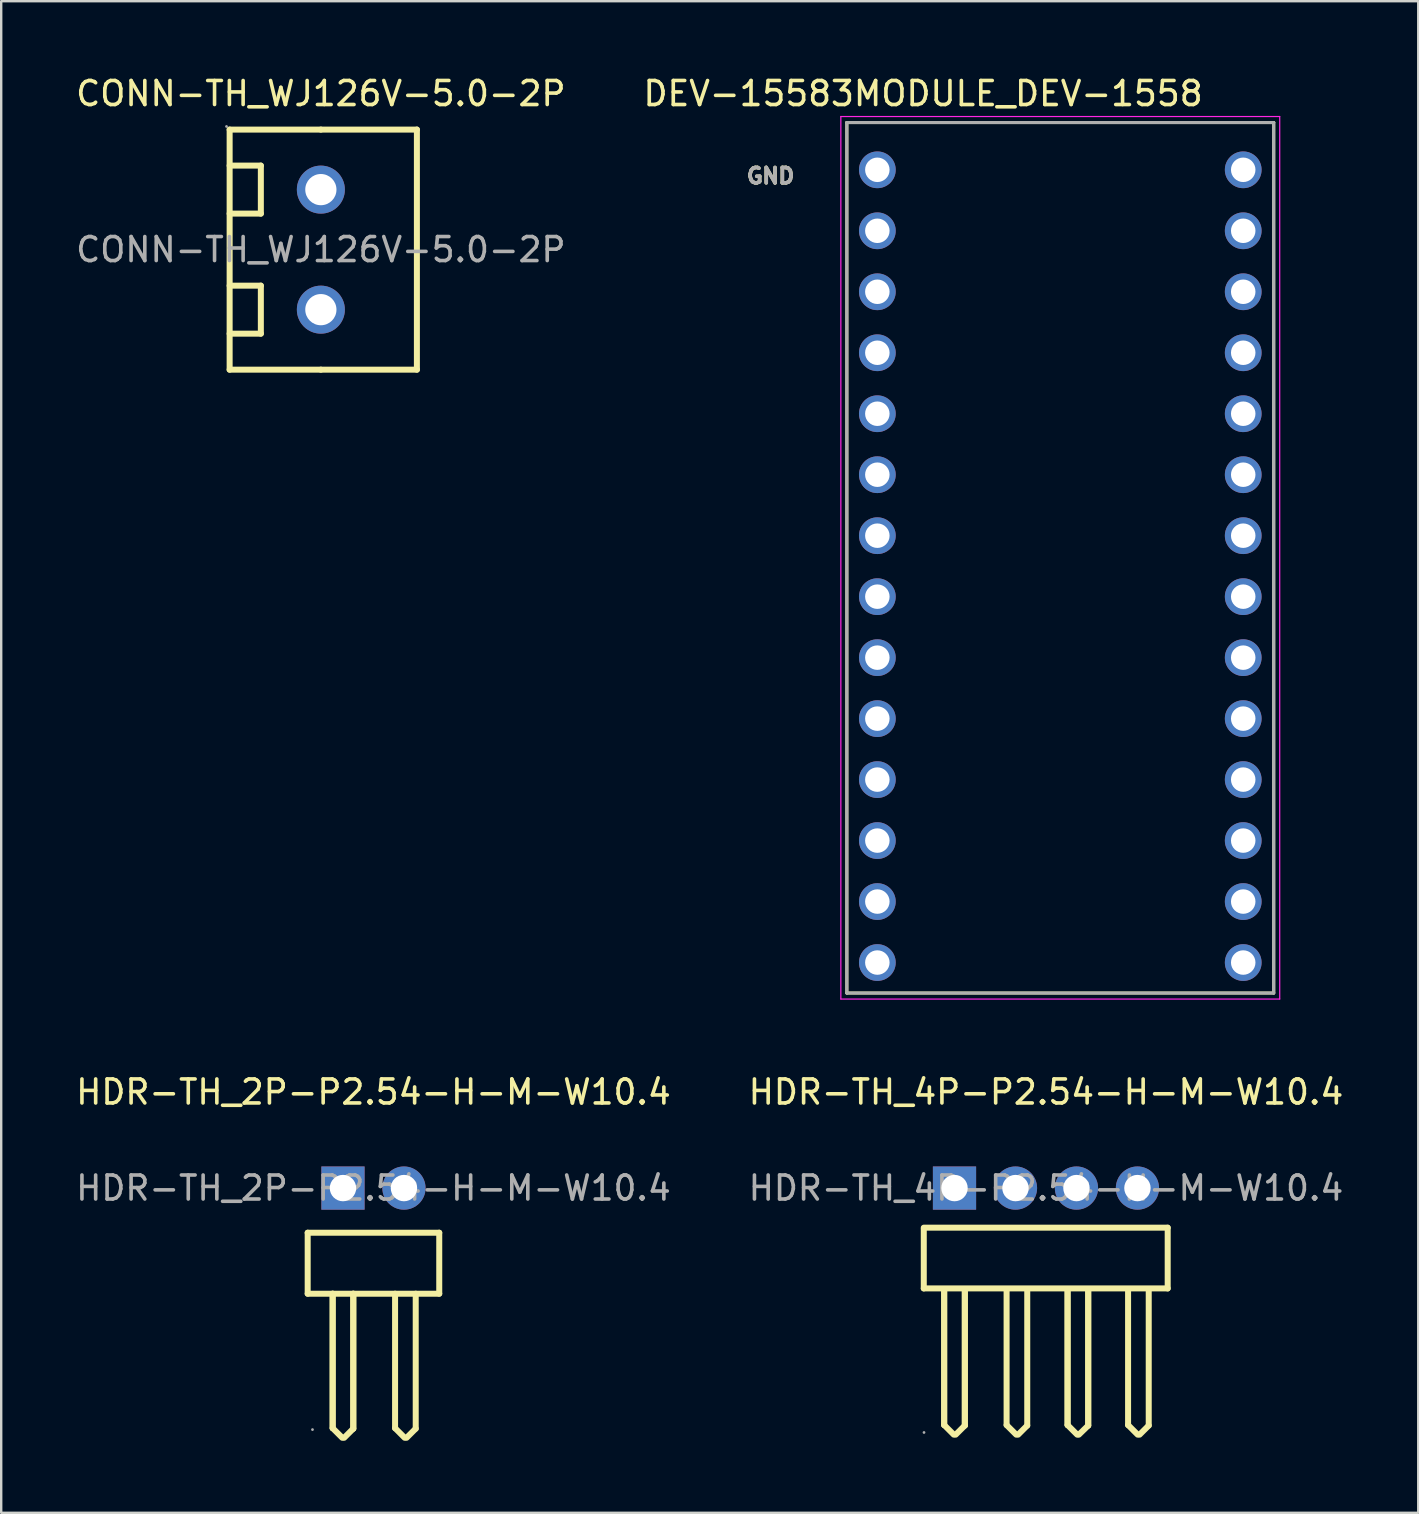
<source format=kicad_pcb>
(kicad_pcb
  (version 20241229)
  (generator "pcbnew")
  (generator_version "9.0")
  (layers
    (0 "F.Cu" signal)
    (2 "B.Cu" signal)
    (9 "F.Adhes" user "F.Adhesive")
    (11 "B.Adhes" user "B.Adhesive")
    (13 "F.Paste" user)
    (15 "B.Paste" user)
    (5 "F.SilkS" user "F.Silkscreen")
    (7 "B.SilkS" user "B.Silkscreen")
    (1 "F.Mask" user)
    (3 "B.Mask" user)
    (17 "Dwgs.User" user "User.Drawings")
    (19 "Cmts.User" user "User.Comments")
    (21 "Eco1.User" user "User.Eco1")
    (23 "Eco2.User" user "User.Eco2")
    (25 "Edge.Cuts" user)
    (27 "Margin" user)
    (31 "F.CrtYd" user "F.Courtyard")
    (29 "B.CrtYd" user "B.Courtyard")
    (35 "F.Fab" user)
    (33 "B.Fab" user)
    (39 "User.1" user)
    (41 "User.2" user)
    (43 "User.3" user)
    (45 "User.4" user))
  (footprint "HDR-TH_2P-P2.54-H-M-W10.4"
    (layer "F.Cu")
    (at 12.506 46.437)
    (property "Reference" "HDR-TH_2P-P2.54-H-M-W10.4" (at 0 -4 0) (layer "F.SilkS") (effects (font (size 1 1) (thickness 0.15))))
    (attr through_hole)
    (fp_line (start -2.74 1.86) (end 2.74 1.86) (stroke (width 0.25) (type solid)) (layer "F.SilkS"))
    (fp_line (start -2.74 4.4) (end -2.74 1.86) (stroke (width 0.25) (type solid)) (layer "F.SilkS"))
    (fp_line (start -2.74 4.4) (end 2.74 4.4) (stroke (width 0.25) (type solid)) (layer "F.SilkS"))
    (fp_line (start -1.7 4.4) (end -1.7 10) (stroke (width 0.25) (type solid)) (layer "F.SilkS"))
    (fp_line (start -1.7 4.4) (end -1.7 10) (stroke (width 0.25) (type solid)) (layer "F.SilkS"))
    (fp_line (start -1.7 10) (end -1.3 10.4) (stroke (width 0.25) (type solid)) (layer "F.SilkS"))
    (fp_line (start -0.84 4.4) (end -0.84 10.02) (stroke (width 0.25) (type solid)) (layer "F.SilkS"))
    (fp_line (start -0.84 4.4) (end -0.84 10.02) (stroke (width 0.25) (type solid)) (layer "F.SilkS"))
    (fp_line (start -0.84 10.02) (end -1.22 10.4) (stroke (width 0.25) (type solid)) (layer "F.SilkS"))
    (fp_line (start 0.9 4.4) (end 0.9 10) (stroke (width 0.25) (type solid)) (layer "F.SilkS"))
    (fp_line (start 0.9 10) (end 1.3 10.4) (stroke (width 0.25) (type solid)) (layer "F.SilkS"))
    (fp_line (start 1.76 4.4) (end 1.76 10.02) (stroke (width 0.25) (type solid)) (layer "F.SilkS"))
    (fp_line (start 1.76 10.02) (end 1.38 10.4) (stroke (width 0.25) (type solid)) (layer "F.SilkS"))
    (fp_line (start 2.74 1.86) (end 2.74 4.4) (stroke (width 0.25) (type solid)) (layer "F.SilkS"))
    (fp_circle (center -2.54 10.06) (end -2.51 10.06) (stroke (width 0.06) (type solid)) (fill no) (layer "F.Fab"))
    (fp_text user "${REFERENCE}" (at 0 0 0) (layer "F.Fab") (effects (font (size 1 1) (thickness 0.15))))
    (pad "1" thru_hole rect (at -1.27 0) (size 1.8 1.8) (drill 1.1) (layers "*.Cu" "*.Mask"))
    (pad "2" thru_hole circle (at 1.27 0) (size 1.8 1.8) (drill 1.1) (layers "*.Cu" "*.Mask")))
  (footprint "DEV-15583MODULE_DEV-1558"
    (layer "F.Cu")
    (at 41.114 20.533)
    (property "Reference" "DEV-15583MODULE_DEV-1558" (at -5.715 -19.685 0) (layer "F.SilkS") (effects (font (size 1 1) (thickness 0.15))))
    (attr through_hole)
    (fp_line (start -8.89 -18.48) (end 8.89 -18.48) (stroke (width 0.127) (type solid)) (layer "F.SilkS"))
    (fp_line (start -8.89 17.78) (end -8.89 -18.48) (stroke (width 0.127) (type solid)) (layer "F.SilkS"))
    (fp_line (start 8.89 -18.48) (end 8.89 17.78) (stroke (width 0.127) (type solid)) (layer "F.SilkS"))
    (fp_line (start 8.89 17.78) (end -8.89 17.78) (stroke (width 0.127) (type solid)) (layer "F.SilkS"))
    (fp_line (start -9.14 -18.73) (end 9.14 -18.73) (stroke (width 0.05) (type solid)) (layer "F.CrtYd"))
    (fp_line (start -9.14 18.03) (end -9.14 -18.73) (stroke (width 0.05) (type solid)) (layer "F.CrtYd"))
    (fp_line (start 9.14 -18.73) (end 9.14 18.03) (stroke (width 0.05) (type solid)) (layer "F.CrtYd"))
    (fp_line (start 9.14 18.03) (end -9.14 18.03) (stroke (width 0.05) (type solid)) (layer "F.CrtYd"))
    (fp_line (start -8.89 -18.48) (end 8.89 -18.48) (stroke (width 0.127) (type solid)) (layer "F.Fab"))
    (fp_line (start -8.89 17.78) (end -8.89 -18.48) (stroke (width 0.127) (type solid)) (layer "F.Fab"))
    (fp_line (start 8.89 -18.48) (end 8.89 17.78) (stroke (width 0.127) (type solid)) (layer "F.Fab"))
    (fp_line (start 8.89 17.78) (end -8.89 17.78) (stroke (width 0.127) (type solid)) (layer "F.Fab"))
    (fp_text user "GND" (at -12.065 -16.256 0) (layer "F.SilkS") (effects (font (size 0.64 0.64) (thickness 0.15))))
    (fp_text user "GND" (at -12.065 -16.256 0) (layer "F.Fab") (effects (font (size 0.64 0.64) (thickness 0.15))))
    (pad "0" thru_hole circle (at -7.62 -13.97) (size 1.53 1.53) (drill 1.02) (layers "*.Cu" "*.Mask"))
    (pad "1" thru_hole circle (at -7.62 -11.43) (size 1.53 1.53) (drill 1.02) (layers "*.Cu" "*.Mask"))
    (pad "2" thru_hole circle (at -7.62 -8.89) (size 1.53 1.53) (drill 1.02) (layers "*.Cu" "*.Mask"))
    (pad "3" thru_hole circle (at -7.62 -6.35) (size 1.53 1.53) (drill 1.02) (layers "*.Cu" "*.Mask"))
    (pad "3.3V_2" thru_hole circle (at 7.62 -11.43) (size 1.53 1.53) (drill 1.02) (layers "*.Cu" "*.Mask"))
    (pad "4" thru_hole circle (at -7.62 -3.81) (size 1.53 1.53) (drill 1.02) (layers "*.Cu" "*.Mask"))
    (pad "5" thru_hole circle (at -7.62 -1.27) (size 1.53 1.53) (drill 1.02) (layers "*.Cu" "*.Mask"))
    (pad "6" thru_hole circle (at -7.62 1.27) (size 1.53 1.53) (drill 1.02) (layers "*.Cu" "*.Mask"))
    (pad "7" thru_hole circle (at -7.62 3.81) (size 1.53 1.53) (drill 1.02) (layers "*.Cu" "*.Mask"))
    (pad "8" thru_hole circle (at -7.62 6.35) (size 1.53 1.53) (drill 1.02) (layers "*.Cu" "*.Mask"))
    (pad "9" thru_hole circle (at -7.62 8.89) (size 1.53 1.53) (drill 1.02) (layers "*.Cu" "*.Mask"))
    (pad "10" thru_hole circle (at -7.62 11.43) (size 1.53 1.53) (drill 1.02) (layers "*.Cu" "*.Mask"))
    (pad "11" thru_hole circle (at -7.62 13.97) (size 1.53 1.53) (drill 1.02) (layers "*.Cu" "*.Mask"))
    (pad "12" thru_hole circle (at -7.62 16.51) (size 1.53 1.53) (drill 1.02) (layers "*.Cu" "*.Mask"))
    (pad "13" thru_hole circle (at 7.62 16.51) (size 1.53 1.53) (drill 1.02) (layers "*.Cu" "*.Mask"))
    (pad "14" thru_hole circle (at 7.62 13.97) (size 1.53 1.53) (drill 1.02) (layers "*.Cu" "*.Mask"))
    (pad "15" thru_hole circle (at 7.62 11.43) (size 1.53 1.53) (drill 1.02) (layers "*.Cu" "*.Mask"))
    (pad "16" thru_hole circle (at 7.62 8.89) (size 1.53 1.53) (drill 1.02) (layers "*.Cu" "*.Mask"))
    (pad "17" thru_hole circle (at 7.62 6.35) (size 1.53 1.53) (drill 1.02) (layers "*.Cu" "*.Mask"))
    (pad "18" thru_hole circle (at 7.62 3.81) (size 1.53 1.53) (drill 1.02) (layers "*.Cu" "*.Mask"))
    (pad "19" thru_hole circle (at 7.62 1.27) (size 1.53 1.53) (drill 1.02) (layers "*.Cu" "*.Mask"))
    (pad "20" thru_hole circle (at 7.62 -1.27) (size 1.53 1.53) (drill 1.02) (layers "*.Cu" "*.Mask"))
    (pad "21" thru_hole circle (at 7.62 -3.81) (size 1.53 1.53) (drill 1.02) (layers "*.Cu" "*.Mask"))
    (pad "22" thru_hole circle (at 7.62 -6.35) (size 1.53 1.53) (drill 1.02) (layers "*.Cu" "*.Mask"))
    (pad "23" thru_hole circle (at 7.62 -8.89) (size 1.53 1.53) (drill 1.02) (layers "*.Cu" "*.Mask"))
    (pad "G1" thru_hole circle (at -7.62 -16.51) (size 1.53 1.53) (drill 1.02) (layers "*.Cu" "*.Mask"))
    (pad "G3" thru_hole circle (at 7.62 -13.97) (size 1.53 1.53) (drill 1.02) (layers "*.Cu" "*.Mask"))
    (pad "VIN" thru_hole circle (at 7.62 -16.51) (size 1.53 1.53) (drill 1.02) (layers "*.Cu" "*.Mask")))
  (footprint "HDR-TH_4P-P2.54-H-M-W10.4"
    (layer "F.Cu")
    (at 40.518 46.437)
    (property "Reference" "HDR-TH_4P-P2.54-H-M-W10.4" (at 0 -4 0) (layer "F.SilkS") (effects (font (size 1 1) (thickness 0.15))))
    (attr through_hole)
    (fp_line (start -5.09 4.18) (end -5.09 1.7) (stroke (width 0.25) (type solid)) (layer "F.SilkS"))
    (fp_line (start -4.24 4.27) (end -4.24 9.87) (stroke (width 0.25) (type solid)) (layer "F.SilkS"))
    (fp_line (start -4.24 4.27) (end -4.24 9.87) (stroke (width 0.25) (type solid)) (layer "F.SilkS"))
    (fp_line (start -4.24 9.87) (end -3.84 10.27) (stroke (width 0.25) (type solid)) (layer "F.SilkS"))
    (fp_line (start -3.38 4.27) (end -3.38 9.89) (stroke (width 0.25) (type solid)) (layer "F.SilkS"))
    (fp_line (start -3.38 4.27) (end -3.38 9.89) (stroke (width 0.25) (type solid)) (layer "F.SilkS"))
    (fp_line (start -3.38 9.89) (end -3.76 10.27) (stroke (width 0.25) (type solid)) (layer "F.SilkS"))
    (fp_line (start -1.64 4.27) (end -1.64 9.87) (stroke (width 0.25) (type solid)) (layer "F.SilkS"))
    (fp_line (start -1.64 9.87) (end -1.24 10.27) (stroke (width 0.25) (type solid)) (layer "F.SilkS"))
    (fp_line (start -0.78 4.27) (end -0.78 9.89) (stroke (width 0.25) (type solid)) (layer "F.SilkS"))
    (fp_line (start -0.78 9.89) (end -1.16 10.27) (stroke (width 0.25) (type solid)) (layer "F.SilkS"))
    (fp_line (start 0.9 4.27) (end 0.9 9.87) (stroke (width 0.25) (type solid)) (layer "F.SilkS"))
    (fp_line (start 0.9 4.27) (end 0.9 9.87) (stroke (width 0.25) (type solid)) (layer "F.SilkS"))
    (fp_line (start 0.9 9.87) (end 1.3 10.27) (stroke (width 0.25) (type solid)) (layer "F.SilkS"))
    (fp_line (start 1.76 4.27) (end 1.76 9.89) (stroke (width 0.25) (type solid)) (layer "F.SilkS"))
    (fp_line (start 1.76 4.27) (end 1.76 9.89) (stroke (width 0.25) (type solid)) (layer "F.SilkS"))
    (fp_line (start 1.76 9.89) (end 1.37 10.27) (stroke (width 0.25) (type solid)) (layer "F.SilkS"))
    (fp_line (start 3.42 4.27) (end 3.42 9.87) (stroke (width 0.25) (type solid)) (layer "F.SilkS"))
    (fp_line (start 3.42 9.87) (end 3.82 10.27) (stroke (width 0.25) (type solid)) (layer "F.SilkS"))
    (fp_line (start 4.28 4.27) (end 4.28 9.89) (stroke (width 0.25) (type solid)) (layer "F.SilkS"))
    (fp_line (start 4.28 9.89) (end 3.9 10.27) (stroke (width 0.25) (type solid)) (layer "F.SilkS"))
    (fp_line (start 5.07 1.65) (end -5.09 1.65) (stroke (width 0.25) (type solid)) (layer "F.SilkS"))
    (fp_line (start 5.07 1.65) (end 5.07 4.18) (stroke (width 0.25) (type solid)) (layer "F.SilkS"))
    (fp_line (start 5.07 4.18) (end -5.09 4.18) (stroke (width 0.25) (type solid)) (layer "F.SilkS"))
    (fp_circle (center -5.08 10.18) (end -5.05 10.18) (stroke (width 0.06) (type solid)) (fill no) (layer "F.Fab"))
    (fp_text user "${REFERENCE}" (at 0 0 0) (layer "F.Fab") (effects (font (size 1 1) (thickness 0.15))))
    (pad "1" thru_hole rect (at -3.81 0) (size 1.8 1.8) (drill 1.1) (layers "*.Cu" "*.Mask"))
    (pad "2" thru_hole circle (at -1.27 0) (size 1.8 1.8) (drill 1.1) (layers "*.Cu" "*.Mask"))
    (pad "3" thru_hole circle (at 1.27 0) (size 1.8 1.8) (drill 1.1) (layers "*.Cu" "*.Mask"))
    (pad "4" thru_hole circle (at 3.81 0) (size 1.8 1.8) (drill 1.1) (layers "*.Cu" "*.Mask")))
  (footprint "CONN-TH_WJ126V-5.0-2P"
    (layer "F.Cu")
    (at 10.315 7.348)
    (property "Reference" "CONN-TH_WJ126V-5.0-2P" (at 0 -6.5 0) (layer "F.SilkS") (effects (font (size 1 1) (thickness 0.15))))
    (attr through_hole)
    (fp_line (start -3.8 -5) (end 0 -5) (stroke (width 0.25) (type solid)) (layer "F.SilkS"))
    (fp_line (start -3.8 -3.5) (end -2.5 -3.5) (stroke (width 0.25) (type solid)) (layer "F.SilkS"))
    (fp_line (start -3.8 1.5) (end -2.5 1.5) (stroke (width 0.25) (type solid)) (layer "F.SilkS"))
    (fp_line (start -3.8 5) (end -3.8 -5) (stroke (width 0.25) (type solid)) (layer "F.SilkS"))
    (fp_line (start -2.5 -3.5) (end -2.5 -1.5) (stroke (width 0.25) (type solid)) (layer "F.SilkS"))
    (fp_line (start -2.5 -1.5) (end -3.8 -1.5) (stroke (width 0.25) (type solid)) (layer "F.SilkS"))
    (fp_line (start -2.5 1.5) (end -2.5 3.5) (stroke (width 0.25) (type solid)) (layer "F.SilkS"))
    (fp_line (start -2.5 3.5) (end -3.8 3.5) (stroke (width 0.25) (type solid)) (layer "F.SilkS"))
    (fp_line (start 0 -5) (end 4 -5) (stroke (width 0.25) (type solid)) (layer "F.SilkS"))
    (fp_line (start 0 5) (end -3.8 5) (stroke (width 0.25) (type solid)) (layer "F.SilkS"))
    (fp_line (start 4 -5) (end 4 5) (stroke (width 0.25) (type solid)) (layer "F.SilkS"))
    (fp_line (start 4 5) (end 0 5) (stroke (width 0.25) (type solid)) (layer "F.SilkS"))
    (fp_circle (center -3.93 -5.13) (end -3.9 -5.13) (stroke (width 0.06) (type solid)) (fill no) (layer "F.Fab"))
    (fp_circle (center 0 -2.5) (end 0.28 -2.5) (stroke (width 0.55) (type solid)) (fill no) (layer "F.Fab"))
    (fp_circle (center 0 2.5) (end 0.28 2.5) (stroke (width 0.55) (type solid)) (fill no) (layer "F.Fab"))
    (fp_text user "${REFERENCE}" (at 0 0 0) (layer "F.Fab") (effects (font (size 1 1) (thickness 0.15))))
    (pad "1" thru_hole circle (at 0 -2.5 270) (size 2 2) (drill 1.3) (layers "*.Cu" "*.Mask"))
    (pad "2" thru_hole circle (at 0 2.5 270) (size 2 2) (drill 1.3) (layers "*.Cu" "*.Mask")))
  (gr_rect
    (start -3 -3)
    (end 56.024 59.962)
    (stroke (width 0.1) (type default))
    (fill no)
    (layer "Edge.Cuts")))
</source>
